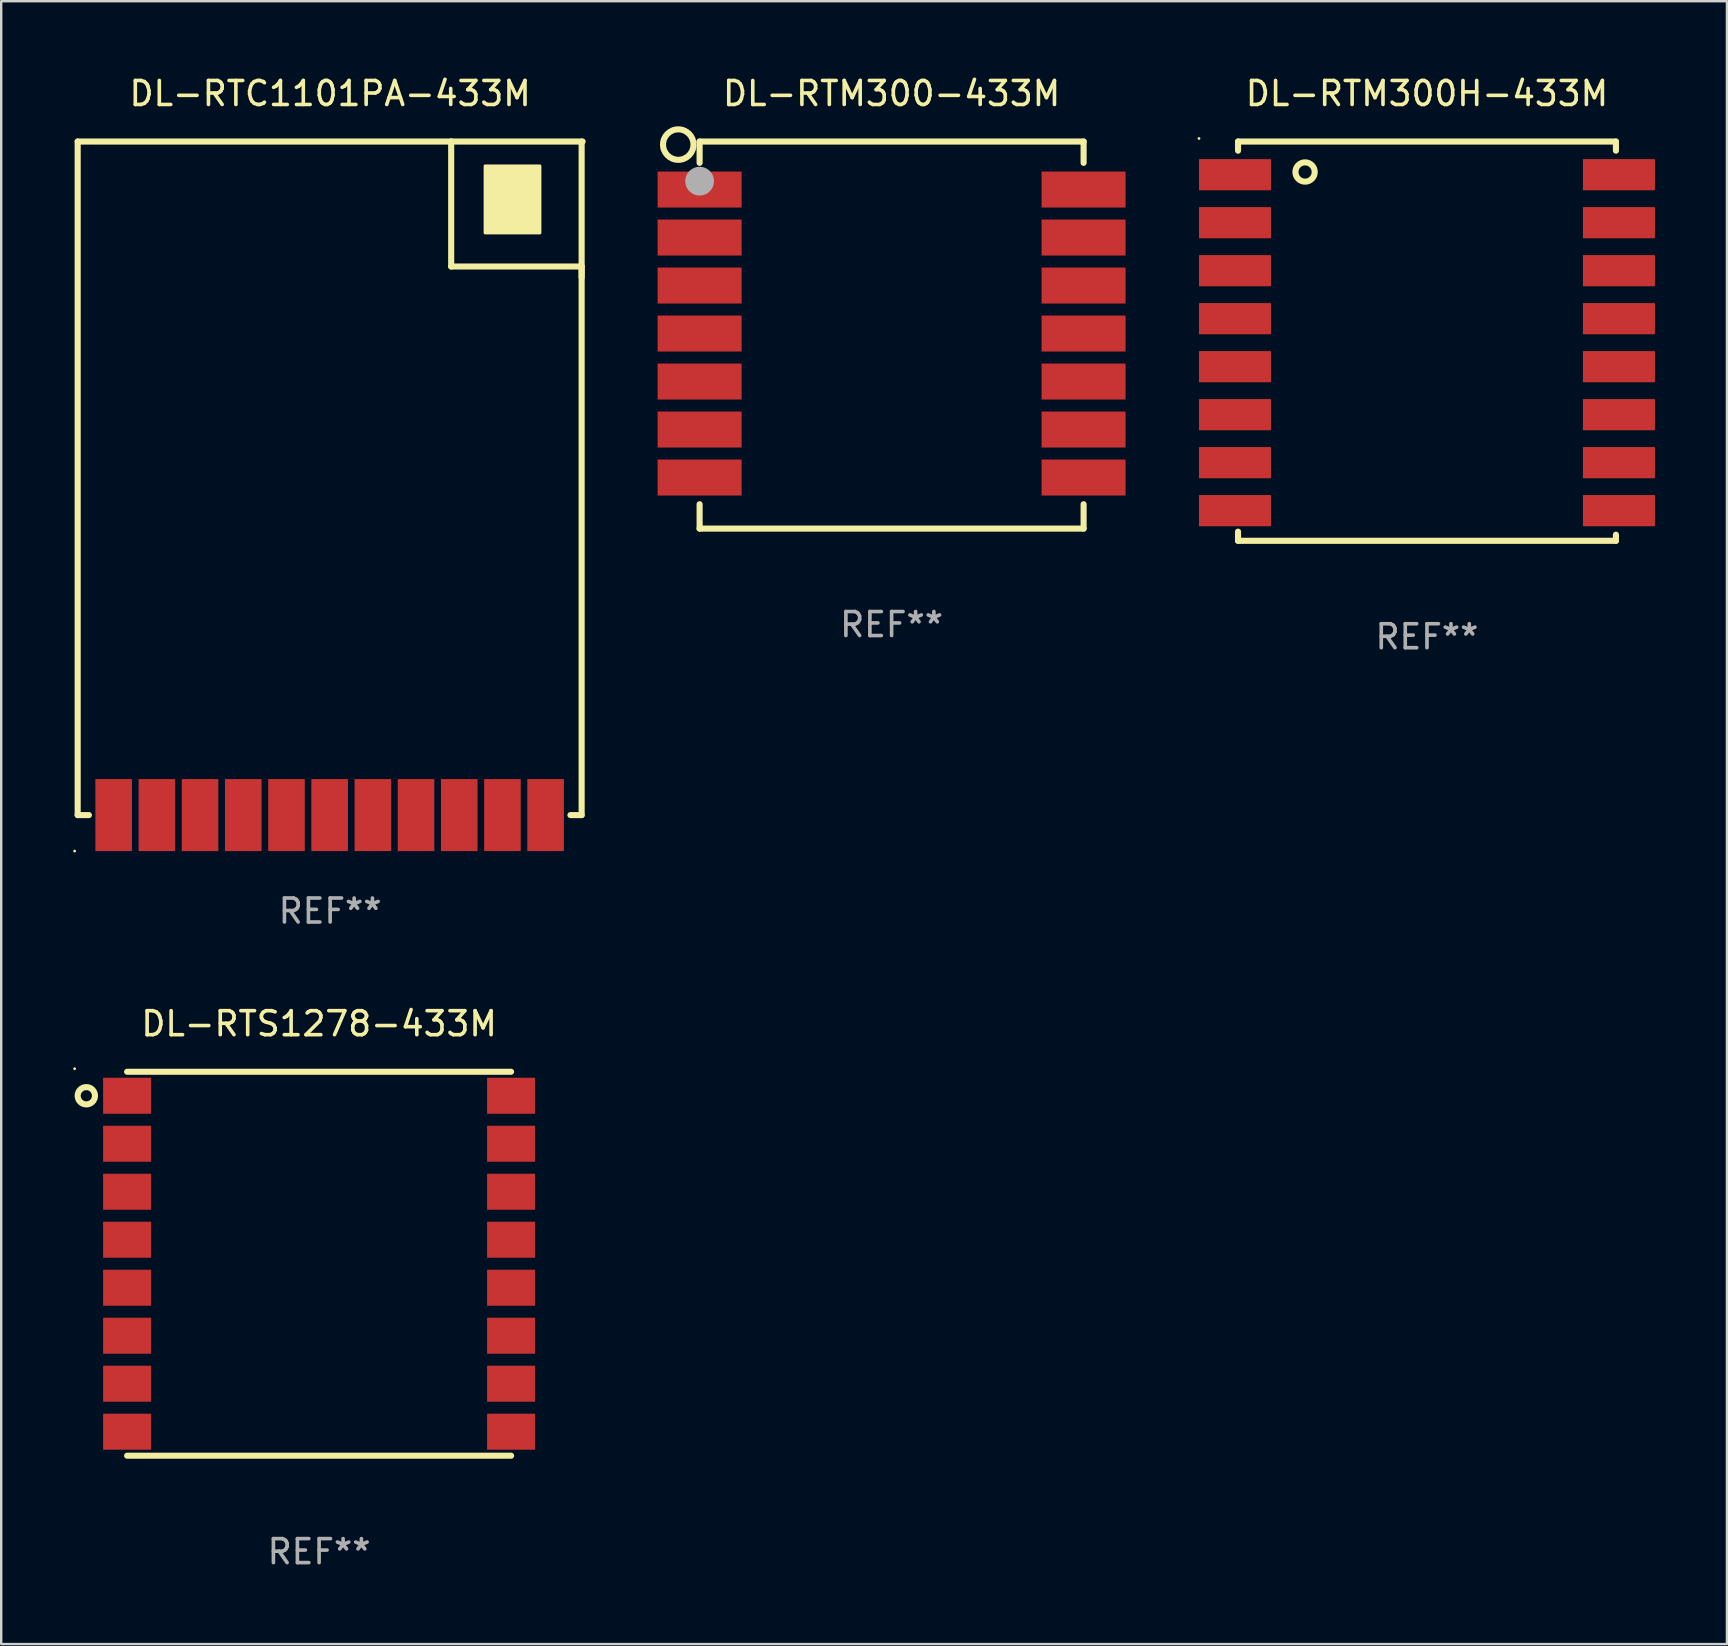
<source format=kicad_pcb>
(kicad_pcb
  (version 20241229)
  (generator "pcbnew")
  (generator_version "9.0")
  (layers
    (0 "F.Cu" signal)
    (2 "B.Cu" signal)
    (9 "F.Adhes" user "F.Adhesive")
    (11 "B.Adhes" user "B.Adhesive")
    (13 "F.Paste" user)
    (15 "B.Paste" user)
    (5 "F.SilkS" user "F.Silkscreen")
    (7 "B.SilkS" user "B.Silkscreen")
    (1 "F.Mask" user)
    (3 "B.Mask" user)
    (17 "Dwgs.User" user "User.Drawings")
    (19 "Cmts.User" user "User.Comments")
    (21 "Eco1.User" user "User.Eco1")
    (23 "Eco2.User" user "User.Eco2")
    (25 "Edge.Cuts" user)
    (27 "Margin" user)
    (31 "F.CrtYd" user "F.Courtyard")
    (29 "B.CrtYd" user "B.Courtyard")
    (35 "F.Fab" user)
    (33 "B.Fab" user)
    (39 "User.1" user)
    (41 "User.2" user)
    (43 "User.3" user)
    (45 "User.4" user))
  (footprint "DL-RTM300H-433M"
    (layer "F.Cu")
    (at 56.415 11.167)
    (property "Reference" "DL-RTM300H-433M" (at 0 -10.319 0) (layer "F.SilkS") (effects (font (size 1 1) (thickness 0.15))))
    (attr through_hole)
    (fp_line (start -7.874 -8.319) (end 7.874 -8.319) (stroke (width 0.254) (type solid)) (layer "F.SilkS"))
    (fp_line (start -7.874 -7.938) (end -7.874 -8.319) (stroke (width 0.254) (type solid)) (layer "F.SilkS"))
    (fp_line (start -7.874 7.938) (end -7.874 8.319) (stroke (width 0.254) (type solid)) (layer "F.SilkS"))
    (fp_line (start -7.874 8.319) (end 7.874 8.319) (stroke (width 0.254) (type solid)) (layer "F.SilkS"))
    (fp_line (start 7.874 -8.319) (end 7.874 -7.938) (stroke (width 0.254) (type solid)) (layer "F.SilkS"))
    (fp_line (start 7.874 8.319) (end 7.874 8.065) (stroke (width 0.254) (type solid)) (layer "F.SilkS"))
    (fp_circle (center -9.5 -8.446) (end -9.47 -8.446) (stroke (width 0.06) (type solid)) (fill no) (layer "F.SilkS"))
    (fp_circle (center -5.08 -7.049) (end -4.678 -7.049) (stroke (width 0.254) (type solid)) (fill no) (layer "F.SilkS"))
    (fp_text user "REF**" (at 0 12.319 0) (layer "F.Fab") (effects (font (size 1 1) (thickness 0.15))))
    (pad "1" smd rect (at -8 -6.937) (size 3 1.3) (layers "F.Cu" "F.Mask" "F.Paste"))
    (pad "2" smd rect (at -8 -4.937) (size 3 1.3) (layers "F.Cu" "F.Mask" "F.Paste"))
    (pad "3" smd rect (at -8 -2.937) (size 3 1.3) (layers "F.Cu" "F.Mask" "F.Paste"))
    (pad "4" smd rect (at -8 -0.937) (size 3 1.3) (layers "F.Cu" "F.Mask" "F.Paste"))
    (pad "5" smd rect (at -8 1.063) (size 3 1.3) (layers "F.Cu" "F.Mask" "F.Paste"))
    (pad "6" smd rect (at -8 3.063) (size 3 1.3) (layers "F.Cu" "F.Mask" "F.Paste"))
    (pad "7" smd rect (at -8 5.063) (size 3 1.3) (layers "F.Cu" "F.Mask" "F.Paste"))
    (pad "8" smd rect (at -8 7.063) (size 3 1.3) (layers "F.Cu" "F.Mask" "F.Paste"))
    (pad "9" smd rect (at 8 7.063) (size 3 1.3) (layers "F.Cu" "F.Mask" "F.Paste"))
    (pad "10" smd rect (at 8 5.063) (size 3 1.3) (layers "F.Cu" "F.Mask" "F.Paste"))
    (pad "11" smd rect (at 8 3.063) (size 3 1.3) (layers "F.Cu" "F.Mask" "F.Paste"))
    (pad "12" smd rect (at 8 1.063) (size 3 1.3) (layers "F.Cu" "F.Mask" "F.Paste"))
    (pad "13" smd rect (at 8 -0.937) (size 3 1.3) (layers "F.Cu" "F.Mask" "F.Paste"))
    (pad "14" smd rect (at 8 -2.937) (size 3 1.3) (layers "F.Cu" "F.Mask" "F.Paste"))
    (pad "15" smd rect (at 8 -4.937) (size 3 1.3) (layers "F.Cu" "F.Mask" "F.Paste"))
    (pad "16" smd rect (at 8 -6.937) (size 3 1.3) (layers "F.Cu" "F.Mask" "F.Paste")))
  (footprint "DL-RTC1101PA-433M"
    (layer "F.Cu")
    (at 10.708 16.882)
    (property "Reference" "DL-RTC1101PA-433M" (at 0 -16.034 0) (layer "F.SilkS") (effects (font (size 1 1) (thickness 0.15))))
    (attr through_hole)
    (fp_line (start -10.521 -14.034) (end -10.521 14.034) (stroke (width 0.254) (type solid)) (layer "F.SilkS"))
    (fp_line (start -10.521 14.034) (end -10.054 14.034) (stroke (width 0.254) (type solid)) (layer "F.SilkS"))
    (fp_line (start 5.044 -14.034) (end -10.521 -14.034) (stroke (width 0.254) (type solid)) (layer "F.SilkS"))
    (fp_line (start 5.044 -14.034) (end 10.521 -14.034) (stroke (width 0.254) (type solid)) (layer "F.SilkS"))
    (fp_line (start 5.044 -8.827) (end 5.044 -14.034) (stroke (width 0.254) (type solid)) (layer "F.SilkS"))
    (fp_line (start 10.013 14.034) (end 10.48 14.034) (stroke (width 0.254) (type solid)) (layer "F.SilkS"))
    (fp_line (start 10.48 -8.827) (end 5.044 -8.827) (stroke (width 0.254) (type solid)) (layer "F.SilkS"))
    (fp_line (start 10.48 -8.373) (end 10.48 -14.034) (stroke (width 0.254) (type solid)) (layer "F.SilkS"))
    (fp_line (start 10.48 14.034) (end 10.48 -8.827) (stroke (width 0.254) (type solid)) (layer "F.SilkS"))
    (fp_circle (center -10.648 15.534) (end -10.618 15.534) (stroke (width 0.06) (type solid)) (fill no) (layer "F.SilkS"))
    (fp_circle (center 7.599 -11.748) (end 8.138 -11.748) (stroke (width 0.254) (type solid)) (fill no) (layer "F.SilkS"))
    (fp_poly (pts (xy 6.456 -13.018) (xy 8.742 -13.018) (xy 8.742 -10.224) (xy 6.456 -10.224)) (stroke (width 0.12) (type solid)) (fill yes) (layer "F.SilkS"))
    (fp_text user "REF**" (at 0 18.034 0) (layer "F.Fab") (effects (font (size 1 1) (thickness 0.15))))
    (pad "1" smd rect (at -9.021 14.034) (size 1.524 3) (layers "F.Cu" "F.Mask" "F.Paste"))
    (pad "2" smd rect (at -7.22 14.034) (size 1.524 3) (layers "F.Cu" "F.Mask" "F.Paste"))
    (pad "3" smd rect (at -5.421 14.034) (size 1.524 3) (layers "F.Cu" "F.Mask" "F.Paste"))
    (pad "4" smd rect (at -3.62 14.034) (size 1.524 3) (layers "F.Cu" "F.Mask" "F.Paste"))
    (pad "5" smd rect (at -1.82 14.034) (size 1.524 3) (layers "F.Cu" "F.Mask" "F.Paste"))
    (pad "6" smd rect (at -0.021 14.034) (size 1.524 3) (layers "F.Cu" "F.Mask" "F.Paste"))
    (pad "7" smd rect (at 1.78 14.034) (size 1.524 3) (layers "F.Cu" "F.Mask" "F.Paste"))
    (pad "8" smd rect (at 3.579 14.034) (size 1.524 3) (layers "F.Cu" "F.Mask" "F.Paste"))
    (pad "9" smd rect (at 5.38 14.034) (size 1.524 3) (layers "F.Cu" "F.Mask" "F.Paste"))
    (pad "10" smd rect (at 7.18 14.034) (size 1.524 3) (layers "F.Cu" "F.Mask" "F.Paste"))
    (pad "11" smd rect (at 8.979 14.034) (size 1.524 3) (layers "F.Cu" "F.Mask" "F.Paste")))
  (footprint "DL-RTS1278-433M"
    (layer "F.Cu")
    (at 10.248 49.612)
    (property "Reference" "DL-RTS1278-433M" (at 0 -10 0) (layer "F.SilkS") (effects (font (size 1 1) (thickness 0.15))))
    (attr through_hole)
    (fp_line (start -8.001 -8) (end 8 -8) (stroke (width 0.254) (type solid)) (layer "F.SilkS"))
    (fp_line (start -8.001 8) (end 8.001 8) (stroke (width 0.254) (type solid)) (layer "F.SilkS"))
    (fp_circle (center -10.188 -8.127) (end -10.158 -8.127) (stroke (width 0.06) (type solid)) (fill no) (layer "F.SilkS"))
    (fp_circle (center -9.701 -7) (end -9.34 -7) (stroke (width 0.254) (type solid)) (fill no) (layer "F.SilkS"))
    (fp_text user "REF**" (at 0 12 0) (layer "F.Fab") (effects (font (size 1 1) (thickness 0.15))))
    (pad "1" smd rect (at -8 -7 90) (size 1.5 2) (layers "F.Cu" "F.Mask" "F.Paste"))
    (pad "2" smd rect (at -8 -5 90) (size 1.5 2) (layers "F.Cu" "F.Mask" "F.Paste"))
    (pad "3" smd rect (at -8 -3 90) (size 1.5 2) (layers "F.Cu" "F.Mask" "F.Paste"))
    (pad "4" smd rect (at -8 -1 90) (size 1.5 2) (layers "F.Cu" "F.Mask" "F.Paste"))
    (pad "5" smd rect (at -8 1 90) (size 1.5 2) (layers "F.Cu" "F.Mask" "F.Paste"))
    (pad "6" smd rect (at -8 3 90) (size 1.5 2) (layers "F.Cu" "F.Mask" "F.Paste"))
    (pad "7" smd rect (at -8 5 90) (size 1.5 2) (layers "F.Cu" "F.Mask" "F.Paste"))
    (pad "8" smd rect (at -8 7 90) (size 1.5 2) (layers "F.Cu" "F.Mask" "F.Paste"))
    (pad "9" smd rect (at 8 7 90) (size 1.5 2) (layers "F.Cu" "F.Mask" "F.Paste"))
    (pad "10" smd rect (at 8 5 90) (size 1.5 2) (layers "F.Cu" "F.Mask" "F.Paste"))
    (pad "11" smd rect (at 8 3 90) (size 1.5 2) (layers "F.Cu" "F.Mask" "F.Paste"))
    (pad "12" smd rect (at 8 1 90) (size 1.5 2) (layers "F.Cu" "F.Mask" "F.Paste"))
    (pad "13" smd rect (at 8 -1 90) (size 1.5 2) (layers "F.Cu" "F.Mask" "F.Paste"))
    (pad "14" smd rect (at 8 -3 90) (size 1.5 2) (layers "F.Cu" "F.Mask" "F.Paste"))
    (pad "15" smd rect (at 8 -5 90) (size 1.5 2) (layers "F.Cu" "F.Mask" "F.Paste"))
    (pad "16" smd rect (at 8 -7 90) (size 1.5 2) (layers "F.Cu" "F.Mask" "F.Paste")))
  (footprint "DL-RTM300-433M"
    (layer "F.Cu")
    (at 34.105 10.913)
    (property "Reference" "DL-RTM300-433M" (at 0 -10.065 0) (layer "F.SilkS") (effects (font (size 1 1) (thickness 0.15))))
    (attr through_hole)
    (fp_line (start -8.001 -8.065) (end 8.001 -8.065) (stroke (width 0.254) (type solid)) (layer "F.SilkS"))
    (fp_line (start -8.001 -7.176) (end -8.001 -8.065) (stroke (width 0.254) (type solid)) (layer "F.SilkS"))
    (fp_line (start -8.001 7.049) (end -8.001 8.065) (stroke (width 0.254) (type solid)) (layer "F.SilkS"))
    (fp_line (start -8.001 8.065) (end 8.001 8.065) (stroke (width 0.254) (type solid)) (layer "F.SilkS"))
    (fp_line (start 8.001 -8.065) (end 8.001 -7.176) (stroke (width 0.254) (type solid)) (layer "F.SilkS"))
    (fp_line (start 8.001 8.065) (end 8.001 7.049) (stroke (width 0.254) (type solid)) (layer "F.SilkS"))
    (fp_circle (center -8.89 -7.938) (end -8.255 -7.938) (stroke (width 0.254) (type solid)) (fill no) (layer "F.SilkS"))
    (fp_circle (center -8 -8.064) (end -7.97 -8.064) (stroke (width 0.06) (type solid)) (fill no) (layer "F.SilkS"))
    (fp_circle (center -8.001 -6.414) (end -7.701 -6.414) (stroke (width 0.6) (type solid)) (fill no) (layer "F.Fab"))
    (fp_text user "REF**" (at 0 12.065 0) (layer "F.Fab") (effects (font (size 1 1) (thickness 0.15))))
    (pad "1" smd rect (at -8 -6.064) (size 3.5 1.5) (layers "F.Cu" "F.Mask" "F.Paste"))
    (pad "2" smd rect (at -8 -4.064) (size 3.5 1.5) (layers "F.Cu" "F.Mask" "F.Paste"))
    (pad "3" smd rect (at -8 -2.064) (size 3.5 1.5) (layers "F.Cu" "F.Mask" "F.Paste"))
    (pad "4" smd rect (at -8 -0.064) (size 3.5 1.5) (layers "F.Cu" "F.Mask" "F.Paste"))
    (pad "5" smd rect (at -8 1.936) (size 3.5 1.5) (layers "F.Cu" "F.Mask" "F.Paste"))
    (pad "6" smd rect (at -8 3.936) (size 3.5 1.5) (layers "F.Cu" "F.Mask" "F.Paste"))
    (pad "7" smd rect (at -8 5.936) (size 3.5 1.5) (layers "F.Cu" "F.Mask" "F.Paste"))
    (pad "8" smd rect (at 8 5.936) (size 3.5 1.5) (layers "F.Cu" "F.Mask" "F.Paste"))
    (pad "9" smd rect (at 8 3.936) (size 3.5 1.5) (layers "F.Cu" "F.Mask" "F.Paste"))
    (pad "10" smd rect (at 8 1.936) (size 3.5 1.5) (layers "F.Cu" "F.Mask" "F.Paste"))
    (pad "11" smd rect (at 8 -0.064) (size 3.5 1.5) (layers "F.Cu" "F.Mask" "F.Paste"))
    (pad "12" smd rect (at 8 -2.064) (size 3.5 1.5) (layers "F.Cu" "F.Mask" "F.Paste"))
    (pad "13" smd rect (at 8 -4.064) (size 3.5 1.5) (layers "F.Cu" "F.Mask" "F.Paste"))
    (pad "14" smd rect (at 8 -6.064) (size 3.5 1.5) (layers "F.Cu" "F.Mask" "F.Paste")))
  (gr_rect
    (start -3 -3)
    (end 68.915 65.46)
    (stroke (width 0.1) (type default))
    (fill no)
    (layer "Edge.Cuts")))
</source>
